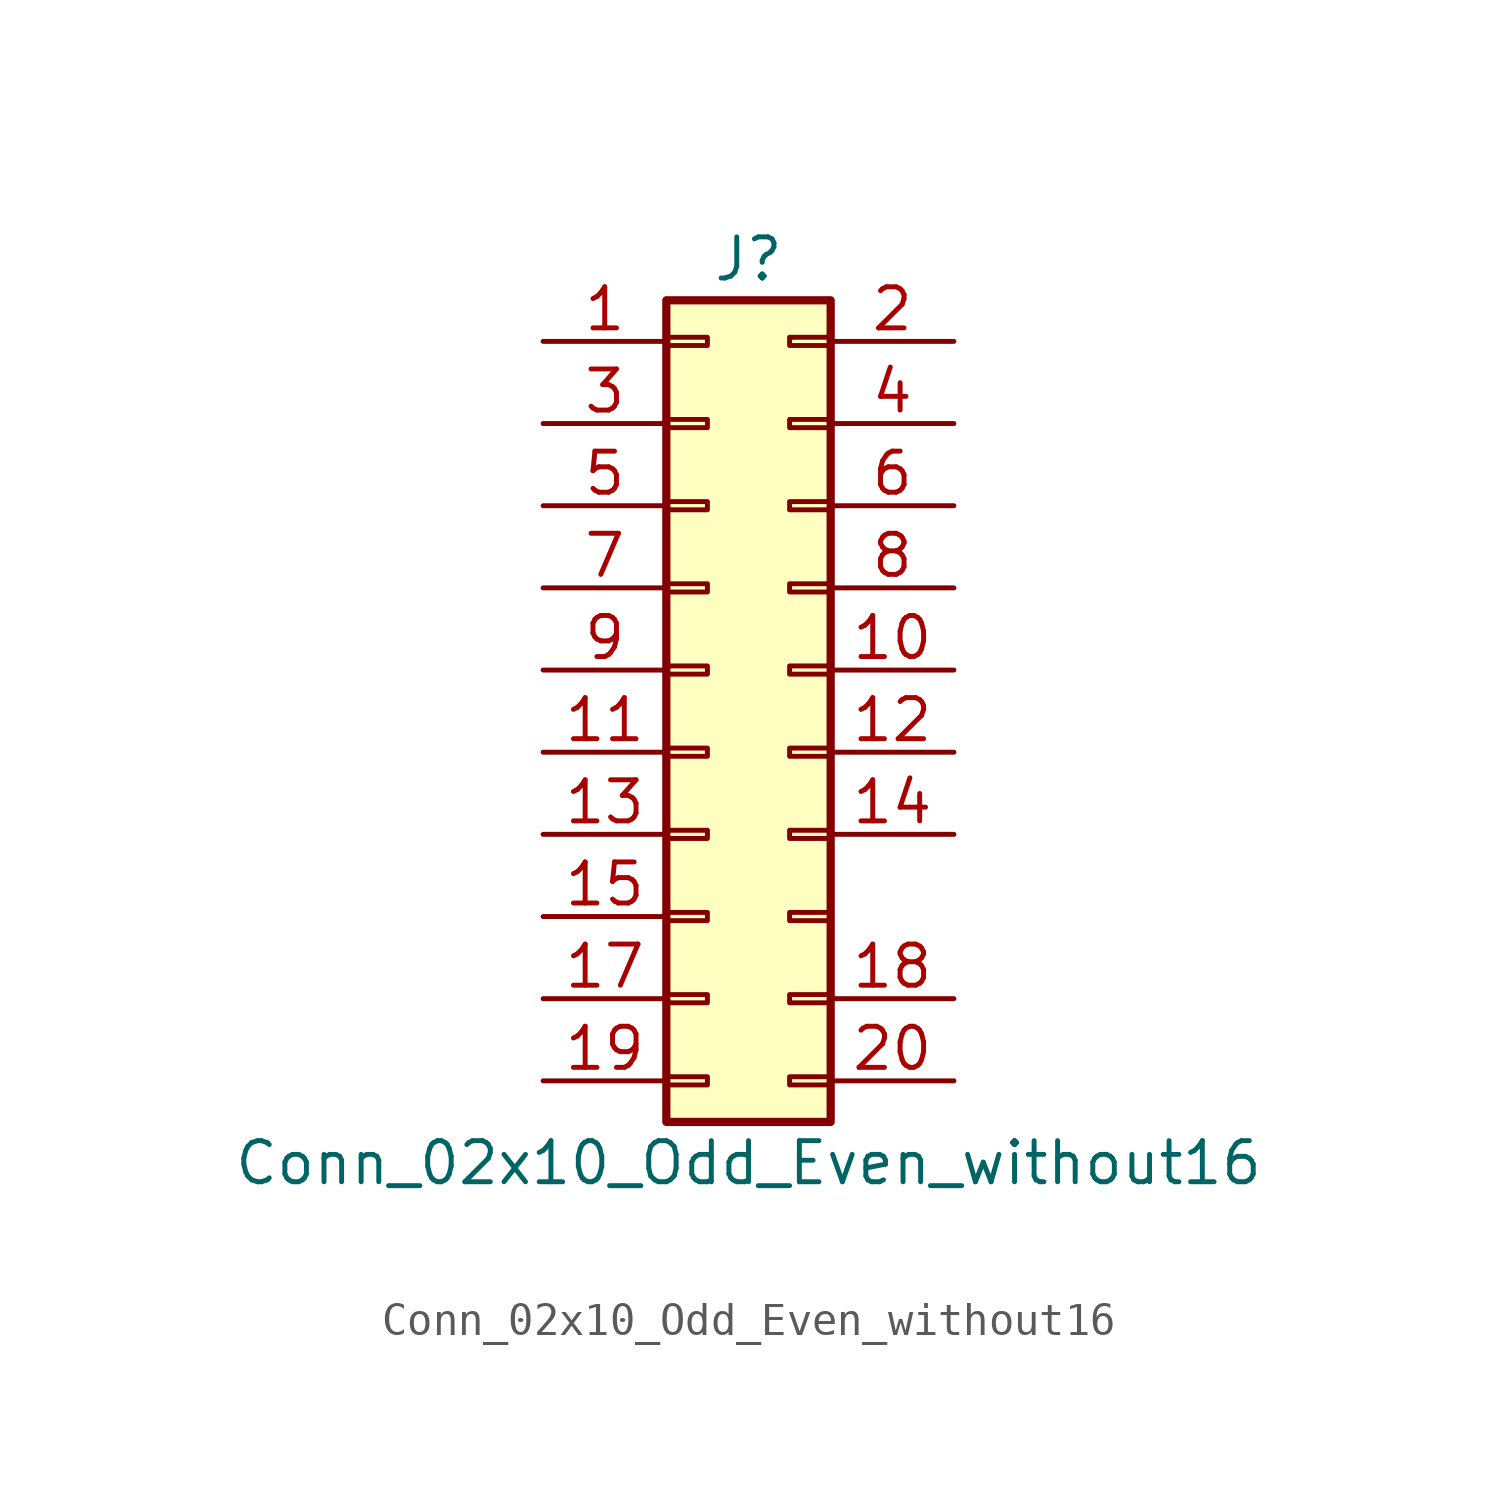
<source format=kicad_sym>
(kicad_symbol_lib
  (version 20220914)
  (generator kicad_symbol_editor)
  (symbol "Conn_02x10_Odd_Even_without16"
    (pin_names
      (offset 1.016) hide)
    (property "Reference" "J"
      (at 1.27 12.7 0)
      (effects (font (size 1.27 1.27))))
    (property "Value" "Conn_02x10_Odd_Even_without16"
      (at 1.27 -15.24 0)
      (effects (font (size 1.27 1.27))))
    (symbol "Conn_02x10_Odd_Even_without16_1_1"
      (rectangle (start -1.27 -12.573) (end 0 -12.827) (stroke (width 0.152) (type solid)) (fill (type none)))
      (rectangle (start -1.27 -10.033) (end 0 -10.287) (stroke (width 0.152) (type solid)) (fill (type none)))
      (rectangle (start -1.27 -7.493) (end 0 -7.747) (stroke (width 0.152) (type solid)) (fill (type none)))
      (rectangle (start -1.27 -4.953) (end 0 -5.207) (stroke (width 0.152) (type solid)) (fill (type none)))
      (rectangle (start -1.27 -2.413) (end 0 -2.667) (stroke (width 0.152) (type solid)) (fill (type none)))
      (rectangle (start -1.27 0.127) (end 0 -0.127) (stroke (width 0.152) (type solid)) (fill (type none)))
      (rectangle (start -1.27 2.667) (end 0 2.413) (stroke (width 0.152) (type solid)) (fill (type none)))
      (rectangle (start -1.27 5.207) (end 0 4.953) (stroke (width 0.152) (type solid)) (fill (type none)))
      (rectangle (start -1.27 7.747) (end 0 7.493) (stroke (width 0.152) (type solid)) (fill (type none)))
      (rectangle (start -1.27 10.287) (end 0 10.033) (stroke (width 0.152) (type solid)) (fill (type none)))
      (rectangle (start -1.27 11.43) (end 3.81 -13.97) (stroke (width 0.254) (type solid)) (fill (type background)))
      (rectangle (start 3.81 -12.573) (end 2.54 -12.827) (stroke (width 0.152) (type solid)) (fill (type none)))
      (rectangle (start 3.81 -10.033) (end 2.54 -10.287) (stroke (width 0.152) (type solid)) (fill (type none)))
      (rectangle (start 3.81 -7.493) (end 2.54 -7.747) (stroke (width 0.152) (type solid)) (fill (type none)))
      (rectangle (start 3.81 -4.953) (end 2.54 -5.207) (stroke (width 0.152) (type solid)) (fill (type none)))
      (rectangle (start 3.81 -2.413) (end 2.54 -2.667) (stroke (width 0.152) (type solid)) (fill (type none)))
      (rectangle (start 3.81 0.127) (end 2.54 -0.127) (stroke (width 0.152) (type solid)) (fill (type none)))
      (rectangle (start 3.81 2.667) (end 2.54 2.413) (stroke (width 0.152) (type solid)) (fill (type none)))
      (rectangle (start 3.81 5.207) (end 2.54 4.953) (stroke (width 0.152) (type solid)) (fill (type none)))
      (rectangle (start 3.81 7.747) (end 2.54 7.493) (stroke (width 0.152) (type solid)) (fill (type none)))
      (rectangle (start 3.81 10.287) (end 2.54 10.033) (stroke (width 0.152) (type solid)) (fill (type none)))
      (pin passive line (at -5.08 10.16 0) (length 3.81) (name "Pin_1" (effects (font (size 1.27 1.27)))) (number "1" (effects (font (size 1.27 1.27)))))
      (pin passive line (at 7.62 0 180) (length 3.81) (name "Pin_10" (effects (font (size 1.27 1.27)))) (number "10" (effects (font (size 1.27 1.27)))))
      (pin passive line (at -5.08 -2.54 0) (length 3.81) (name "Pin_11" (effects (font (size 1.27 1.27)))) (number "11" (effects (font (size 1.27 1.27)))))
      (pin passive line (at 7.62 -2.54 180) (length 3.81) (name "Pin_12" (effects (font (size 1.27 1.27)))) (number "12" (effects (font (size 1.27 1.27)))))
      (pin passive line (at -5.08 -5.08 0) (length 3.81) (name "Pin_13" (effects (font (size 1.27 1.27)))) (number "13" (effects (font (size 1.27 1.27)))))
      (pin passive line (at 7.62 -5.08 180) (length 3.81) (name "Pin_14" (effects (font (size 1.27 1.27)))) (number "14" (effects (font (size 1.27 1.27)))))
      (pin passive line (at -5.08 -7.62 0) (length 3.81) (name "Pin_15" (effects (font (size 1.27 1.27)))) (number "15" (effects (font (size 1.27 1.27)))))
      (pin passive line (at -5.08 -10.16 0) (length 3.81) (name "Pin_17" (effects (font (size 1.27 1.27)))) (number "17" (effects (font (size 1.27 1.27)))))
      (pin passive line (at 7.62 -10.16 180) (length 3.81) (name "Pin_18" (effects (font (size 1.27 1.27)))) (number "18" (effects (font (size 1.27 1.27)))))
      (pin passive line (at -5.08 -12.7 0) (length 3.81) (name "Pin_19" (effects (font (size 1.27 1.27)))) (number "19" (effects (font (size 1.27 1.27)))))
      (pin passive line (at 7.62 10.16 180) (length 3.81) (name "Pin_2" (effects (font (size 1.27 1.27)))) (number "2" (effects (font (size 1.27 1.27)))))
      (pin passive line (at 7.62 -12.7 180) (length 3.81) (name "Pin_20" (effects (font (size 1.27 1.27)))) (number "20" (effects (font (size 1.27 1.27)))))
      (pin passive line (at -5.08 7.62 0) (length 3.81) (name "Pin_3" (effects (font (size 1.27 1.27)))) (number "3" (effects (font (size 1.27 1.27)))))
      (pin passive line (at 7.62 7.62 180) (length 3.81) (name "Pin_4" (effects (font (size 1.27 1.27)))) (number "4" (effects (font (size 1.27 1.27)))))
      (pin passive line (at -5.08 5.08 0) (length 3.81) (name "Pin_5" (effects (font (size 1.27 1.27)))) (number "5" (effects (font (size 1.27 1.27)))))
      (pin passive line (at 7.62 5.08 180) (length 3.81) (name "Pin_6" (effects (font (size 1.27 1.27)))) (number "6" (effects (font (size 1.27 1.27)))))
      (pin passive line (at -5.08 2.54 0) (length 3.81) (name "Pin_7" (effects (font (size 1.27 1.27)))) (number "7" (effects (font (size 1.27 1.27)))))
      (pin passive line (at 7.62 2.54 180) (length 3.81) (name "Pin_8" (effects (font (size 1.27 1.27)))) (number "8" (effects (font (size 1.27 1.27)))))
      (pin passive line (at -5.08 0 0) (length 3.81) (name "Pin_9" (effects (font (size 1.27 1.27)))) (number "9" (effects (font (size 1.27 1.27))))))))
</source>
